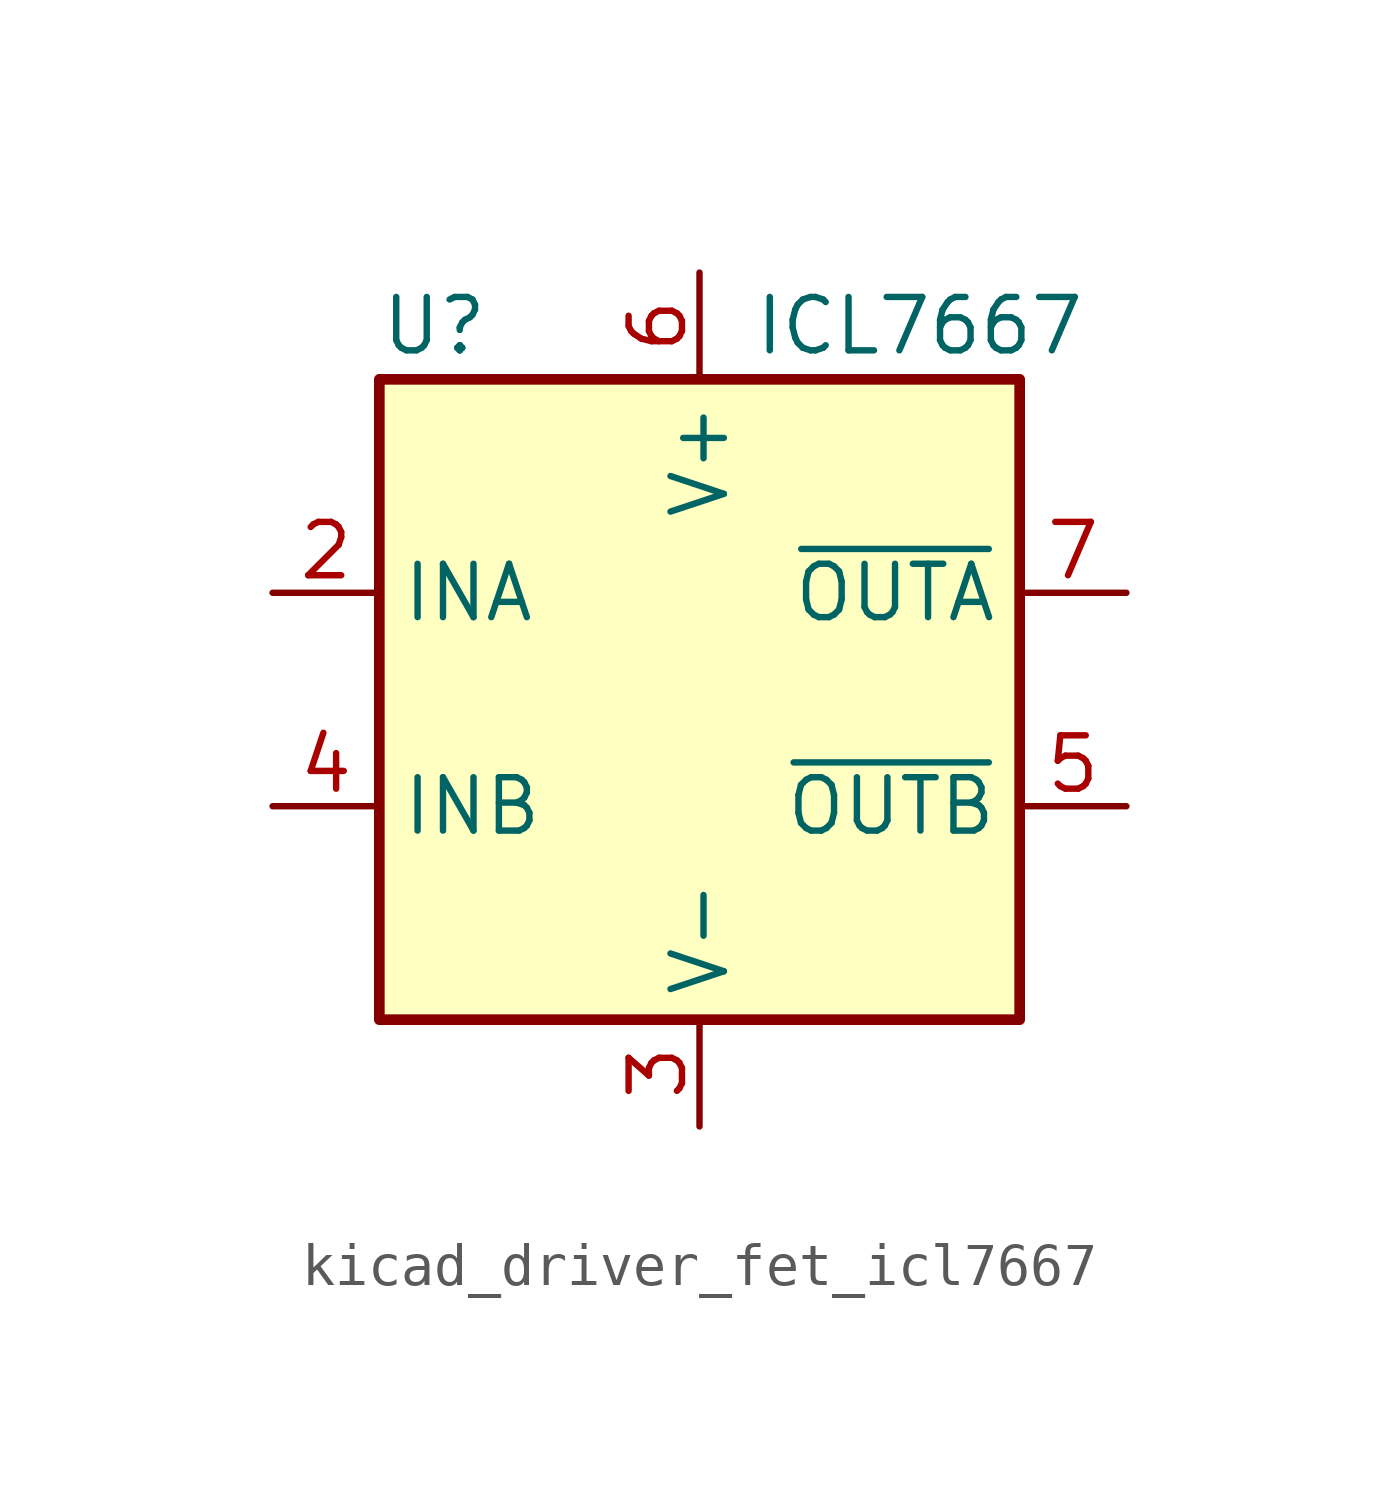
<source format=kicad_sym>
(kicad_symbol_lib
  (version 20220914)
  (generator kicad_symbol_editor)
  (symbol "kicad_driver_fet_icl7667"
    (property "Reference" "U"
      (at -7.62 8.89 0)
      (effects (font (size 1.27 1.27)) (justify left)))
    (property "Value" "ICL7667"
      (at 1.27 8.89 0)
      (effects (font (size 1.27 1.27)) (justify left)))
    (symbol "kicad_driver_fet_icl7667_0_1"
      (rectangle (start -7.62 -7.62) (end 7.62 7.62) (stroke (width 0.254) (type default)) (fill (type background))))
    (symbol "kicad_driver_fet_icl7667_1_1"
      (pin no_connect line (at -7.62 0 0) (length 2.54) hide (name "NC" (effects (font (size 1.27 1.27)))) (number "1" (effects (font (size 1.27 1.27)))))
      (pin input line (at -10.16 2.54 0) (length 2.54) (name "INA" (effects (font (size 1.27 1.27)))) (number "2" (effects (font (size 1.27 1.27)))))
      (pin power_in line (at 0 -10.16 90) (length 2.54) (name "V-" (effects (font (size 1.27 1.27)))) (number "3" (effects (font (size 1.27 1.27)))))
      (pin input line (at -10.16 -2.54 0) (length 2.54) (name "INB" (effects (font (size 1.27 1.27)))) (number "4" (effects (font (size 1.27 1.27)))))
      (pin output line (at 10.16 -2.54 180) (length 2.54) (name "~{OUTB}" (effects (font (size 1.27 1.27)))) (number "5" (effects (font (size 1.27 1.27)))))
      (pin power_in line (at 0 10.16 270) (length 2.54) (name "V+" (effects (font (size 1.27 1.27)))) (number "6" (effects (font (size 1.27 1.27)))))
      (pin output line (at 10.16 2.54 180) (length 2.54) (name "~{OUTA}" (effects (font (size 1.27 1.27)))) (number "7" (effects (font (size 1.27 1.27)))))
      (pin no_connect line (at 7.62 0 180) (length 2.54) hide (name "NC" (effects (font (size 1.27 1.27)))) (number "8" (effects (font (size 1.27 1.27))))))))
</source>
